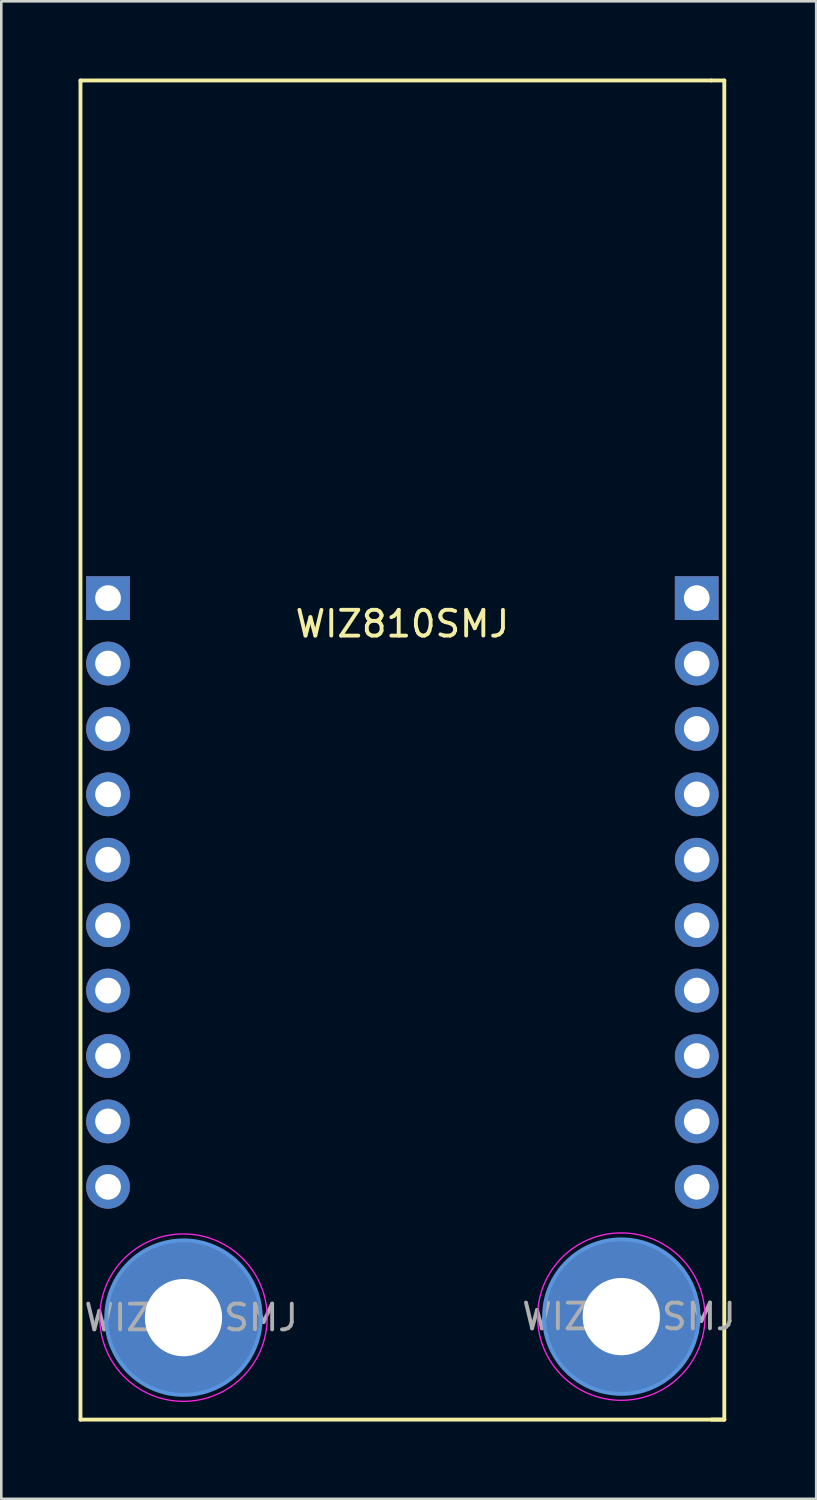
<source format=kicad_pcb>
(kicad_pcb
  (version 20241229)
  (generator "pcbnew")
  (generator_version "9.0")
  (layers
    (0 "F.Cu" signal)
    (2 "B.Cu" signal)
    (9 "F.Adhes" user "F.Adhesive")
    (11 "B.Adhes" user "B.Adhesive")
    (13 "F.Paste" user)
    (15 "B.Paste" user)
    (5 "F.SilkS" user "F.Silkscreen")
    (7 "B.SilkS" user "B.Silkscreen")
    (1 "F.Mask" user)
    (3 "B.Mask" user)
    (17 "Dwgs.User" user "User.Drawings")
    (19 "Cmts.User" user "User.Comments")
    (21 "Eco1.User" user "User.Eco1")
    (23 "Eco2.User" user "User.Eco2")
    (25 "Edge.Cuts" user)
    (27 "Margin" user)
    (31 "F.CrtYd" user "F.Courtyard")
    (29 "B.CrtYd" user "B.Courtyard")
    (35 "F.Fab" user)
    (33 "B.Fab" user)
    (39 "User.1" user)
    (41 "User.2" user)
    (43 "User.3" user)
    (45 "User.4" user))
  (footprint "WIZ810SMJ"
    (layer "F.Cu")
    (at 12.575 26.075)
    (property "Reference" "WIZ810SMJ" (at 0 -4.9 0) (layer "F.SilkS") (effects (font (size 1 1) (thickness 0.15))))
    (attr through_hole)
    (fp_line (start -12.5 -26) (end -12.5 26) (stroke (width 0.15) (type solid)) (layer "F.SilkS"))
    (fp_line (start -12.5 26) (end 12.5 26) (stroke (width 0.15) (type solid)) (layer "F.SilkS"))
    (fp_line (start 12 -26) (end -12.5 -26) (stroke (width 0.15) (type solid)) (layer "F.SilkS"))
    (fp_line (start 12 -26) (end 12.5 -26) (stroke (width 0.15) (type solid)) (layer "F.SilkS"))
    (fp_line (start 12 26) (end 12.5 26) (stroke (width 0.15) (type solid)) (layer "F.SilkS"))
    (fp_line (start 12.5 26) (end 12.5 -26) (stroke (width 0.15) (type solid)) (layer "F.SilkS"))
    (fp_circle (center -8.5 22.04) (end -5.5 22.04) (stroke (width 0.15) (type solid)) (fill no) (layer "Cmts.User"))
    (fp_circle (center 8.5 22) (end 11.5 22) (stroke (width 0.15) (type solid)) (fill no) (layer "Cmts.User"))
    (fp_circle (center -8.5 22.04) (end -5.25 22.04) (stroke (width 0.05) (type solid)) (fill no) (layer "F.CrtYd"))
    (fp_circle (center 8.5 22) (end 11.75 22) (stroke (width 0.05) (type solid)) (fill no) (layer "F.CrtYd"))
    (fp_text user "${REFERENCE}" (at -8.2 22.04 0) (layer "F.Fab") (effects (font (size 1 1) (thickness 0.15))))
    (fp_text user "${REFERENCE}" (at 8.8 22 0) (layer "F.Fab") (effects (font (size 1 1) (thickness 0.15))))
    (pad "1" thru_hole circle (at -8.5 22.04) (size 6 6) (drill 3) (layers "*.Cu" "*.Mask"))
    (pad "2" thru_hole circle (at 8.5 22) (size 6 6) (drill 3) (layers "*.Cu" "*.Mask"))
    (pad "101" thru_hole rect (at -11.43 -5.9) (size 1.7 1.7) (drill 1) (layers "*.Cu" "*.Mask"))
    (pad "102" thru_hole oval (at -11.43 -3.36) (size 1.7 1.7) (drill 1) (layers "*.Cu" "*.Mask"))
    (pad "103" thru_hole oval (at -11.43 -0.82) (size 1.7 1.7) (drill 1) (layers "*.Cu" "*.Mask"))
    (pad "104" thru_hole oval (at -11.43 1.72) (size 1.7 1.7) (drill 1) (layers "*.Cu" "*.Mask"))
    (pad "105" thru_hole oval (at -11.43 4.26) (size 1.7 1.7) (drill 1) (layers "*.Cu" "*.Mask"))
    (pad "106" thru_hole oval (at -11.43 6.8) (size 1.7 1.7) (drill 1) (layers "*.Cu" "*.Mask"))
    (pad "107" thru_hole oval (at -11.43 9.34) (size 1.7 1.7) (drill 1) (layers "*.Cu" "*.Mask"))
    (pad "108" thru_hole oval (at -11.43 11.88) (size 1.7 1.7) (drill 1) (layers "*.Cu" "*.Mask"))
    (pad "109" thru_hole oval (at -11.43 14.42) (size 1.7 1.7) (drill 1) (layers "*.Cu" "*.Mask"))
    (pad "110" thru_hole oval (at -11.43 16.96) (size 1.7 1.7) (drill 1) (layers "*.Cu" "*.Mask"))
    (pad "201" thru_hole rect (at 11.43 -5.9) (size 1.7 1.7) (drill 1) (layers "*.Cu" "*.Mask"))
    (pad "202" thru_hole oval (at 11.43 -3.36 90) (size 1.7 1.7) (drill 1) (layers "*.Cu" "*.Mask"))
    (pad "203" thru_hole oval (at 11.43 -0.82) (size 1.7 1.7) (drill 1) (layers "*.Cu" "*.Mask"))
    (pad "204" thru_hole oval (at 11.43 1.72) (size 1.7 1.7) (drill 1) (layers "*.Cu" "*.Mask"))
    (pad "205" thru_hole oval (at 11.43 4.26) (size 1.7 1.7) (drill 1) (layers "*.Cu" "*.Mask"))
    (pad "206" thru_hole oval (at 11.43 6.8) (size 1.7 1.7) (drill 1) (layers "*.Cu" "*.Mask"))
    (pad "207" thru_hole oval (at 11.43 9.34) (size 1.7 1.7) (drill 1) (layers "*.Cu" "*.Mask"))
    (pad "208" thru_hole oval (at 11.43 11.88) (size 1.7 1.7) (drill 1) (layers "*.Cu" "*.Mask"))
    (pad "209" thru_hole oval (at 11.43 14.42) (size 1.7 1.7) (drill 1) (layers "*.Cu" "*.Mask"))
    (pad "210" thru_hole oval (at 11.43 16.96) (size 1.7 1.7) (drill 1) (layers "*.Cu" "*.Mask")))
  (gr_rect
    (start -3 -3)
    (end 28.643 55.15)
    (stroke (width 0.1) (type default))
    (fill no)
    (layer "Edge.Cuts")))
</source>
